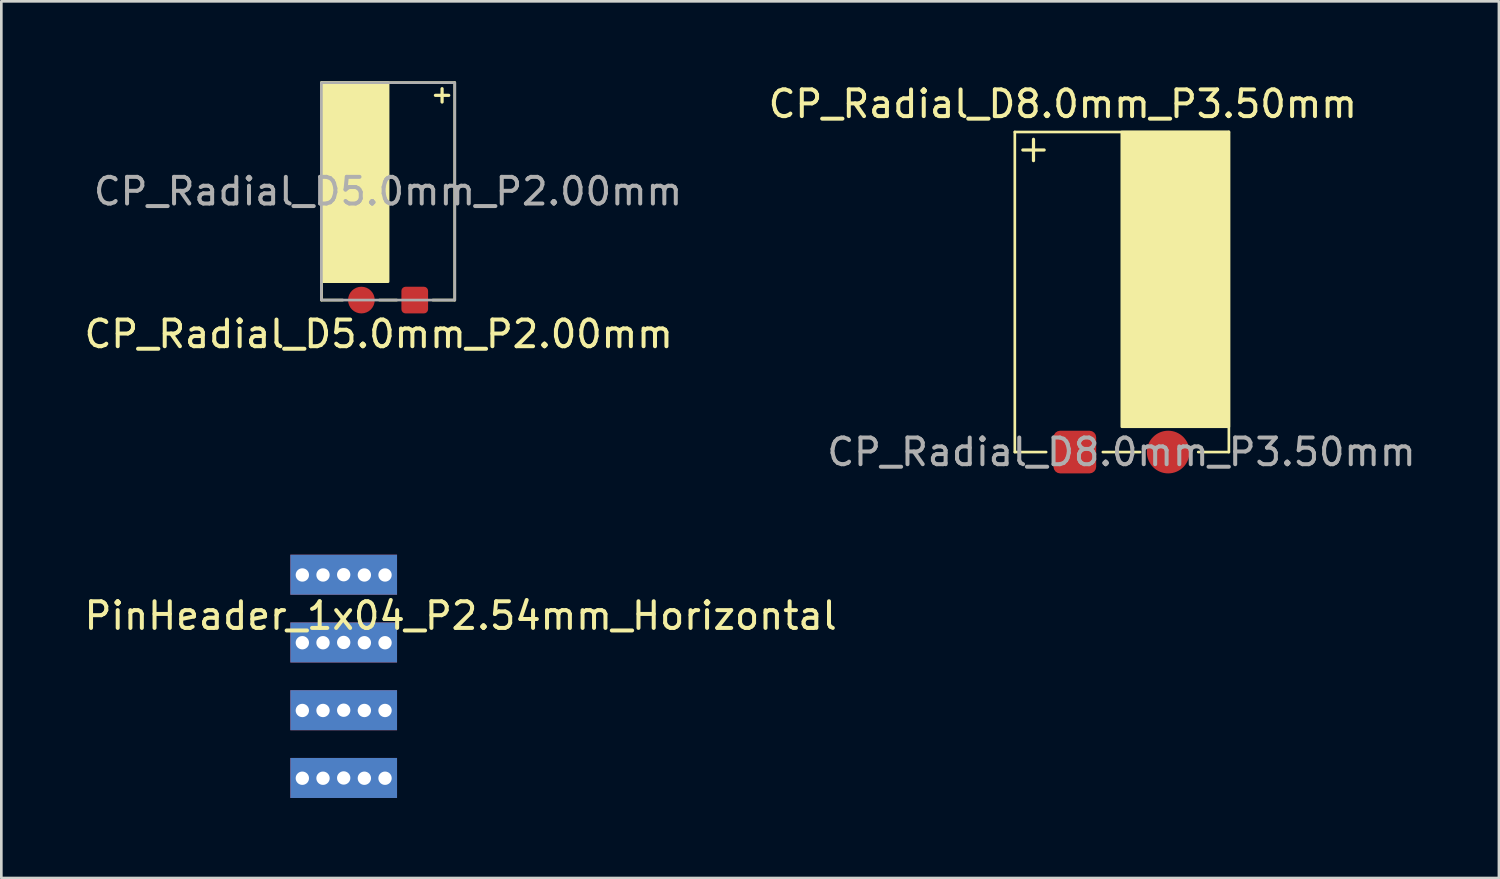
<source format=kicad_pcb>
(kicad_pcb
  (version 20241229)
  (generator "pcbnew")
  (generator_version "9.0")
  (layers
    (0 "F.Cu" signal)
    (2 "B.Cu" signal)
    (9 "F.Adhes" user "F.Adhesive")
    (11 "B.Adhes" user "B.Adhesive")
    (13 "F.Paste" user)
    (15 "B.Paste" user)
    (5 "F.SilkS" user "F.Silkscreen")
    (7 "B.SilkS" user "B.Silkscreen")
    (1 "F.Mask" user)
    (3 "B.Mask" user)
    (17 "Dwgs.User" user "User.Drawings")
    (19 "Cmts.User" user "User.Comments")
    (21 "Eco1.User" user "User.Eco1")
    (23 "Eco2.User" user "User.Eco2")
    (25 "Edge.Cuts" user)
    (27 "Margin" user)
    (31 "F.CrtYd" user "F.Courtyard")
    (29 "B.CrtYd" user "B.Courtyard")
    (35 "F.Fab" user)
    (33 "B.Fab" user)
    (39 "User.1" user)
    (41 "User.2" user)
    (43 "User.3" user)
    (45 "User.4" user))
  (footprint "CP_Radial_D5.0mm_P2.00mm"
    (layer "F.Cu")
    (at 10.499 8.2)
    (property "Reference" "CP_Radial_D5.0mm_P2.00mm" (at 0.65 1.275 0) (layer "F.SilkS") (effects (font (size 1 1) (thickness 0.15))))
    (attr smd)
    (fp_line (start -1.495 -8.15) (end 3.5 -8.15) (stroke (width 0.1) (type default)) (layer "F.SilkS"))
    (fp_line (start -1.495 0) (end -1.495 -8.15) (stroke (width 0.1) (type default)) (layer "F.SilkS"))
    (fp_line (start -0.7 0) (end -1.495 0) (stroke (width 0.1) (type default)) (layer "F.SilkS"))
    (fp_line (start 1.325 0) (end 0.675 0) (stroke (width 0.1) (type default)) (layer "F.SilkS"))
    (fp_line (start 3.025 -7.925) (end 3.025 -7.425) (stroke (width 0.12) (type solid)) (layer "F.SilkS"))
    (fp_line (start 3.275 -7.675) (end 2.775 -7.675) (stroke (width 0.12) (type solid)) (layer "F.SilkS"))
    (fp_line (start 3.5 -8.15) (end 3.5 0) (stroke (width 0.1) (type default)) (layer "F.SilkS"))
    (fp_line (start 3.5 0) (end 2.675 0) (stroke (width 0.1) (type default)) (layer "F.SilkS"))
    (fp_rect (start 1 -8.15) (end -1.495 -0.69) (stroke (width 0.1) (type solid)) (fill yes) (layer "F.SilkS"))
    (fp_rect (start -1.5 -8.15) (end 3.5 0) (stroke (width 0.1) (type default)) (fill no) (layer "F.Fab"))
    (fp_text user "${REFERENCE}" (at 1 -4.075 0) (layer "F.Fab") (effects (font (size 1 1) (thickness 0.15))))
    (pad "1" smd roundrect (at 2 0) (size 1 1) (layers "F.Cu" "F.Mask" "F.Paste") (roundrect_rratio 0.156))
    (pad "2" smd circle (at 0 0) (size 1 1) (layers "F.Cu" "F.Mask" "F.Paste")))
  (footprint "PinHeader_1x04_P2.54mm_Horizontal"
    (layer "F.Cu")
    (at 9.835 22.306)
    (property "Reference" "PinHeader_1x04_P2.54mm_Horizontal" (at 4.385 -2.27 0) (layer "F.SilkS") (effects (font (size 1 1) (thickness 0.15))))
    (attr through_hole)
    (pad "1" thru_hole circle (at -1.55 -3.8) (size 0.65 0.65) (drill 0.5) (layers "*.Cu" "*.Mask"))
    (pad "1" thru_hole circle (at -0.775 -3.8) (size 0.65 0.65) (drill 0.5) (layers "*.Cu" "*.Mask"))
    (pad "1" thru_hole rect (at 0 -3.81) (size 4 1.5) (drill 0.5) (layers "*.Cu" "*.Mask"))
    (pad "1" thru_hole circle (at 0.775 -3.8) (size 0.65 0.65) (drill 0.5) (layers "*.Cu" "*.Mask"))
    (pad "1" thru_hole circle (at 1.55 -3.8) (size 0.65 0.65) (drill 0.5) (layers "*.Cu" "*.Mask"))
    (pad "2" thru_hole circle (at -1.55 -1.26) (size 0.65 0.65) (drill 0.5) (layers "*.Cu" "*.Mask"))
    (pad "2" thru_hole circle (at -0.775 -1.26) (size 0.65 0.65) (drill 0.5) (layers "*.Cu" "*.Mask"))
    (pad "2" thru_hole rect (at 0 -1.27) (size 4 1.5) (drill 0.5) (layers "*.Cu" "*.Mask"))
    (pad "2" thru_hole circle (at 0.775 -1.26) (size 0.65 0.65) (drill 0.5) (layers "*.Cu" "*.Mask"))
    (pad "2" thru_hole circle (at 1.55 -1.26) (size 0.65 0.65) (drill 0.5) (layers "*.Cu" "*.Mask"))
    (pad "3" thru_hole circle (at -1.55 1.28) (size 0.65 0.65) (drill 0.5) (layers "*.Cu" "*.Mask"))
    (pad "3" thru_hole circle (at -0.775 1.28) (size 0.65 0.65) (drill 0.5) (layers "*.Cu" "*.Mask"))
    (pad "3" thru_hole rect (at 0 1.27) (size 4 1.5) (drill 0.5) (layers "*.Cu" "*.Mask"))
    (pad "3" thru_hole circle (at 0.775 1.28) (size 0.65 0.65) (drill 0.5) (layers "*.Cu" "*.Mask"))
    (pad "3" thru_hole circle (at 1.55 1.28) (size 0.65 0.65) (drill 0.5) (layers "*.Cu" "*.Mask"))
    (pad "4" thru_hole circle (at -1.55 3.82) (size 0.65 0.65) (drill 0.5) (layers "*.Cu" "*.Mask"))
    (pad "4" thru_hole circle (at -0.775 3.82) (size 0.65 0.65) (drill 0.5) (layers "*.Cu" "*.Mask"))
    (pad "4" thru_hole rect (at 0 3.81) (size 4 1.5) (drill 0.5) (layers "*.Cu" "*.Mask"))
    (pad "4" thru_hole circle (at 0.775 3.82) (size 0.65 0.65) (drill 0.5) (layers "*.Cu" "*.Mask"))
    (pad "4" thru_hole circle (at 1.55 3.82) (size 0.65 0.65) (drill 0.5) (layers "*.Cu" "*.Mask")))
  (footprint "CP_Radial_D8.0mm_P3.50mm"
    (layer "F.Cu")
    (at 37.246 13.898)
    (property "Reference" "CP_Radial_D8.0mm_P3.50mm" (at -0.45 -13.05 0) (layer "F.SilkS") (effects (font (size 1 1) (thickness 0.15))))
    (attr smd)
    (fp_line (start -2.25 -12) (end -2.25 0) (stroke (width 0.1) (type default)) (layer "F.SilkS"))
    (fp_line (start -2.25 0) (end -1.075 0) (stroke (width 0.1) (type default)) (layer "F.SilkS"))
    (fp_line (start -1.95 -11.325) (end -1.15 -11.325) (stroke (width 0.12) (type solid)) (layer "F.SilkS"))
    (fp_line (start -1.55 -11.725) (end -1.55 -10.925) (stroke (width 0.12) (type solid)) (layer "F.SilkS"))
    (fp_line (start 1.05 0) (end 2.45 0) (stroke (width 0.1) (type default)) (layer "F.SilkS"))
    (fp_line (start 4.625 0) (end 5.775 0) (stroke (width 0.1) (type default)) (layer "F.SilkS"))
    (fp_line (start 5.775 -12) (end -2.25 -12) (stroke (width 0.1) (type default)) (layer "F.SilkS"))
    (fp_line (start 5.775 0) (end 5.775 -12) (stroke (width 0.1) (type default)) (layer "F.SilkS"))
    (fp_rect (start 1.762 -12) (end 5.775 -0.95) (stroke (width 0.1) (type solid)) (fill yes) (layer "F.SilkS"))
    (fp_text user "${REFERENCE}" (at 1.75 0 0) (layer "F.Fab") (effects (font (size 1 1) (thickness 0.15))))
    (pad "1" smd roundrect (at 0 0) (size 1.6 1.6) (layers "F.Cu" "F.Mask" "F.Paste") (roundrect_rratio 0.156))
    (pad "2" smd circle (at 3.5 0) (size 1.6 1.6) (layers "F.Cu" "F.Mask" "F.Paste")))
  (gr_rect
    (start -3 -3)
    (end 53.145 29.866)
    (stroke (width 0.1) (type default))
    (fill no)
    (layer "Edge.Cuts")))
</source>
